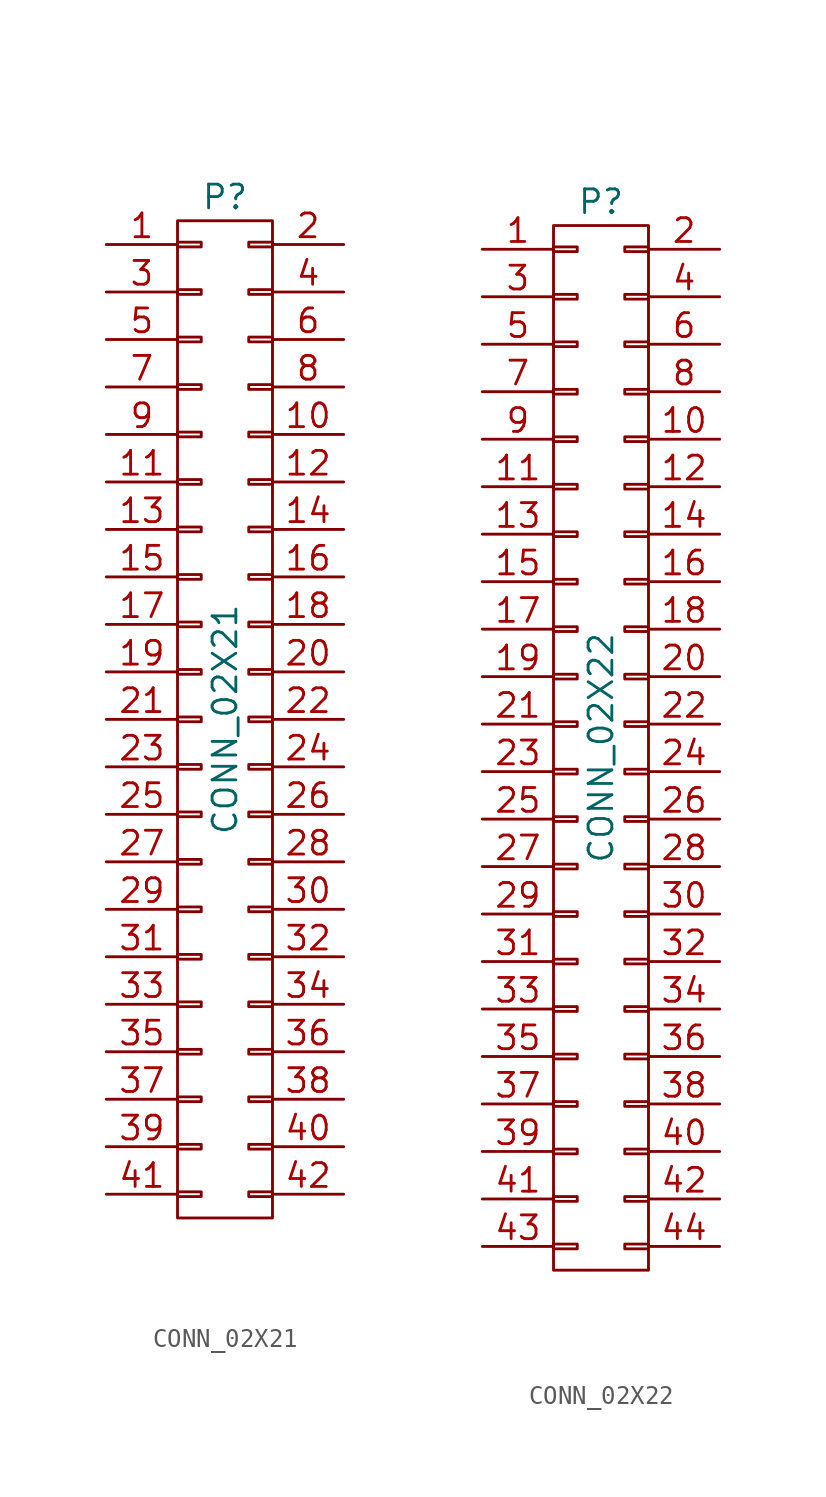
<source format=kicad_sym>
(kicad_symbol_lib
  (version 20211014)
  (generator kicad_symbol_editor)
  (symbol "CONN_02X21"
    (pin_names
      (offset 0.025) hide)
    (property "Reference" "P"
      (at 0 27.94 0)
      (effects (font (size 1.27 1.27))))
    (property "Value" "CONN_02X21"
      (at 0 0 90)
      (effects (font (size 1.27 1.27))))
    (property "Footprint" ""
      (at 0 -24.13 0)
      (effects (font (size 1.27 1.27))))
    (property "Datasheet" ""
      (at 0 -24.13 0)
      (effects (font (size 1.27 1.27))))
    (symbol "CONN_02X21_0_1"
      (rectangle (start -2.54 -25.273) (end -1.27 -25.527) (stroke (width 0) (type default) (color 0 0 0 0)) (fill (type none)))
      (rectangle (start -2.54 -22.733) (end -1.27 -22.987) (stroke (width 0) (type default) (color 0 0 0 0)) (fill (type none)))
      (rectangle (start -2.54 -20.193) (end -1.27 -20.447) (stroke (width 0) (type default) (color 0 0 0 0)) (fill (type none)))
      (rectangle (start -2.54 -17.653) (end -1.27 -17.907) (stroke (width 0) (type default) (color 0 0 0 0)) (fill (type none)))
      (rectangle (start -2.54 -15.113) (end -1.27 -15.367) (stroke (width 0) (type default) (color 0 0 0 0)) (fill (type none)))
      (rectangle (start -2.54 -12.573) (end -1.27 -12.827) (stroke (width 0) (type default) (color 0 0 0 0)) (fill (type none)))
      (rectangle (start -2.54 -10.033) (end -1.27 -10.287) (stroke (width 0) (type default) (color 0 0 0 0)) (fill (type none)))
      (rectangle (start -2.54 -7.493) (end -1.27 -7.747) (stroke (width 0) (type default) (color 0 0 0 0)) (fill (type none)))
      (rectangle (start -2.54 -4.953) (end -1.27 -5.207) (stroke (width 0) (type default) (color 0 0 0 0)) (fill (type none)))
      (rectangle (start -2.54 -2.413) (end -1.27 -2.667) (stroke (width 0) (type default) (color 0 0 0 0)) (fill (type none)))
      (rectangle (start -2.54 0.127) (end -1.27 -0.127) (stroke (width 0) (type default) (color 0 0 0 0)) (fill (type none)))
      (rectangle (start -2.54 2.667) (end -1.27 2.413) (stroke (width 0) (type default) (color 0 0 0 0)) (fill (type none)))
      (rectangle (start -2.54 5.207) (end -1.27 4.953) (stroke (width 0) (type default) (color 0 0 0 0)) (fill (type none)))
      (rectangle (start -2.54 7.747) (end -1.27 7.493) (stroke (width 0) (type default) (color 0 0 0 0)) (fill (type none)))
      (rectangle (start -2.54 10.287) (end -1.27 10.033) (stroke (width 0) (type default) (color 0 0 0 0)) (fill (type none)))
      (rectangle (start -2.54 12.827) (end -1.27 12.573) (stroke (width 0) (type default) (color 0 0 0 0)) (fill (type none)))
      (rectangle (start -2.54 15.367) (end -1.27 15.113) (stroke (width 0) (type default) (color 0 0 0 0)) (fill (type none)))
      (rectangle (start -2.54 17.907) (end -1.27 17.653) (stroke (width 0) (type default) (color 0 0 0 0)) (fill (type none)))
      (rectangle (start -2.54 20.447) (end -1.27 20.193) (stroke (width 0) (type default) (color 0 0 0 0)) (fill (type none)))
      (rectangle (start -2.54 22.987) (end -1.27 22.733) (stroke (width 0) (type default) (color 0 0 0 0)) (fill (type none)))
      (rectangle (start -2.54 25.527) (end -1.27 25.273) (stroke (width 0) (type default) (color 0 0 0 0)) (fill (type none)))
      (rectangle (start -2.54 26.67) (end 2.54 -26.67) (stroke (width 0) (type default) (color 0 0 0 0)) (fill (type none)))
      (rectangle (start 1.27 -25.273) (end 2.54 -25.527) (stroke (width 0) (type default) (color 0 0 0 0)) (fill (type none)))
      (rectangle (start 1.27 -22.733) (end 2.54 -22.987) (stroke (width 0) (type default) (color 0 0 0 0)) (fill (type none)))
      (rectangle (start 1.27 -20.193) (end 2.54 -20.447) (stroke (width 0) (type default) (color 0 0 0 0)) (fill (type none)))
      (rectangle (start 1.27 -17.653) (end 2.54 -17.907) (stroke (width 0) (type default) (color 0 0 0 0)) (fill (type none)))
      (rectangle (start 1.27 -15.113) (end 2.54 -15.367) (stroke (width 0) (type default) (color 0 0 0 0)) (fill (type none)))
      (rectangle (start 1.27 -12.573) (end 2.54 -12.827) (stroke (width 0) (type default) (color 0 0 0 0)) (fill (type none)))
      (rectangle (start 1.27 -10.033) (end 2.54 -10.287) (stroke (width 0) (type default) (color 0 0 0 0)) (fill (type none)))
      (rectangle (start 1.27 -7.493) (end 2.54 -7.747) (stroke (width 0) (type default) (color 0 0 0 0)) (fill (type none)))
      (rectangle (start 1.27 -4.953) (end 2.54 -5.207) (stroke (width 0) (type default) (color 0 0 0 0)) (fill (type none)))
      (rectangle (start 1.27 -2.413) (end 2.54 -2.667) (stroke (width 0) (type default) (color 0 0 0 0)) (fill (type none)))
      (rectangle (start 1.27 0.127) (end 2.54 -0.127) (stroke (width 0) (type default) (color 0 0 0 0)) (fill (type none)))
      (rectangle (start 1.27 2.667) (end 2.54 2.413) (stroke (width 0) (type default) (color 0 0 0 0)) (fill (type none)))
      (rectangle (start 1.27 5.207) (end 2.54 4.953) (stroke (width 0) (type default) (color 0 0 0 0)) (fill (type none)))
      (rectangle (start 1.27 7.747) (end 2.54 7.493) (stroke (width 0) (type default) (color 0 0 0 0)) (fill (type none)))
      (rectangle (start 1.27 10.287) (end 2.54 10.033) (stroke (width 0) (type default) (color 0 0 0 0)) (fill (type none)))
      (rectangle (start 1.27 12.827) (end 2.54 12.573) (stroke (width 0) (type default) (color 0 0 0 0)) (fill (type none)))
      (rectangle (start 1.27 15.367) (end 2.54 15.113) (stroke (width 0) (type default) (color 0 0 0 0)) (fill (type none)))
      (rectangle (start 1.27 17.907) (end 2.54 17.653) (stroke (width 0) (type default) (color 0 0 0 0)) (fill (type none)))
      (rectangle (start 1.27 20.447) (end 2.54 20.193) (stroke (width 0) (type default) (color 0 0 0 0)) (fill (type none)))
      (rectangle (start 1.27 22.987) (end 2.54 22.733) (stroke (width 0) (type default) (color 0 0 0 0)) (fill (type none)))
      (rectangle (start 1.27 25.527) (end 2.54 25.273) (stroke (width 0) (type default) (color 0 0 0 0)) (fill (type none))))
    (symbol "CONN_02X21_1_1"
      (pin passive line (at -6.35 25.4 0) (length 3.81) (name "P1" (effects (font (size 1.27 1.27)))) (number "1" (effects (font (size 1.27 1.27)))))
      (pin passive line (at 6.35 15.24 180) (length 3.81) (name "P10" (effects (font (size 1.27 1.27)))) (number "10" (effects (font (size 1.27 1.27)))))
      (pin passive line (at -6.35 12.7 0) (length 3.81) (name "P11" (effects (font (size 1.27 1.27)))) (number "11" (effects (font (size 1.27 1.27)))))
      (pin passive line (at 6.35 12.7 180) (length 3.81) (name "P12" (effects (font (size 1.27 1.27)))) (number "12" (effects (font (size 1.27 1.27)))))
      (pin passive line (at -6.35 10.16 0) (length 3.81) (name "P13" (effects (font (size 1.27 1.27)))) (number "13" (effects (font (size 1.27 1.27)))))
      (pin passive line (at 6.35 10.16 180) (length 3.81) (name "P14" (effects (font (size 1.27 1.27)))) (number "14" (effects (font (size 1.27 1.27)))))
      (pin passive line (at -6.35 7.62 0) (length 3.81) (name "P15" (effects (font (size 1.27 1.27)))) (number "15" (effects (font (size 1.27 1.27)))))
      (pin passive line (at 6.35 7.62 180) (length 3.81) (name "P16" (effects (font (size 1.27 1.27)))) (number "16" (effects (font (size 1.27 1.27)))))
      (pin passive line (at -6.35 5.08 0) (length 3.81) (name "P17" (effects (font (size 1.27 1.27)))) (number "17" (effects (font (size 1.27 1.27)))))
      (pin passive line (at 6.35 5.08 180) (length 3.81) (name "P18" (effects (font (size 1.27 1.27)))) (number "18" (effects (font (size 1.27 1.27)))))
      (pin passive line (at -6.35 2.54 0) (length 3.81) (name "P19" (effects (font (size 1.27 1.27)))) (number "19" (effects (font (size 1.27 1.27)))))
      (pin passive line (at 6.35 25.4 180) (length 3.81) (name "P2" (effects (font (size 1.27 1.27)))) (number "2" (effects (font (size 1.27 1.27)))))
      (pin passive line (at 6.35 2.54 180) (length 3.81) (name "P20" (effects (font (size 1.27 1.27)))) (number "20" (effects (font (size 1.27 1.27)))))
      (pin passive line (at -6.35 0 0) (length 3.81) (name "P21" (effects (font (size 1.27 1.27)))) (number "21" (effects (font (size 1.27 1.27)))))
      (pin passive line (at 6.35 0 180) (length 3.81) (name "P22" (effects (font (size 1.27 1.27)))) (number "22" (effects (font (size 1.27 1.27)))))
      (pin passive line (at -6.35 -2.54 0) (length 3.81) (name "P23" (effects (font (size 1.27 1.27)))) (number "23" (effects (font (size 1.27 1.27)))))
      (pin passive line (at 6.35 -2.54 180) (length 3.81) (name "P24" (effects (font (size 1.27 1.27)))) (number "24" (effects (font (size 1.27 1.27)))))
      (pin passive line (at -6.35 -5.08 0) (length 3.81) (name "P25" (effects (font (size 1.27 1.27)))) (number "25" (effects (font (size 1.27 1.27)))))
      (pin passive line (at 6.35 -5.08 180) (length 3.81) (name "P26" (effects (font (size 1.27 1.27)))) (number "26" (effects (font (size 1.27 1.27)))))
      (pin passive line (at -6.35 -7.62 0) (length 3.81) (name "P27" (effects (font (size 1.27 1.27)))) (number "27" (effects (font (size 1.27 1.27)))))
      (pin passive line (at 6.35 -7.62 180) (length 3.81) (name "P28" (effects (font (size 1.27 1.27)))) (number "28" (effects (font (size 1.27 1.27)))))
      (pin passive line (at -6.35 -10.16 0) (length 3.81) (name "P29" (effects (font (size 1.27 1.27)))) (number "29" (effects (font (size 1.27 1.27)))))
      (pin passive line (at -6.35 22.86 0) (length 3.81) (name "P3" (effects (font (size 1.27 1.27)))) (number "3" (effects (font (size 1.27 1.27)))))
      (pin passive line (at 6.35 -10.16 180) (length 3.81) (name "P30" (effects (font (size 1.27 1.27)))) (number "30" (effects (font (size 1.27 1.27)))))
      (pin passive line (at -6.35 -12.7 0) (length 3.81) (name "P31" (effects (font (size 1.27 1.27)))) (number "31" (effects (font (size 1.27 1.27)))))
      (pin passive line (at 6.35 -12.7 180) (length 3.81) (name "P32" (effects (font (size 1.27 1.27)))) (number "32" (effects (font (size 1.27 1.27)))))
      (pin passive line (at -6.35 -15.24 0) (length 3.81) (name "P33" (effects (font (size 1.27 1.27)))) (number "33" (effects (font (size 1.27 1.27)))))
      (pin passive line (at 6.35 -15.24 180) (length 3.81) (name "P34" (effects (font (size 1.27 1.27)))) (number "34" (effects (font (size 1.27 1.27)))))
      (pin passive line (at -6.35 -17.78 0) (length 3.81) (name "P35" (effects (font (size 1.27 1.27)))) (number "35" (effects (font (size 1.27 1.27)))))
      (pin passive line (at 6.35 -17.78 180) (length 3.81) (name "P36" (effects (font (size 1.27 1.27)))) (number "36" (effects (font (size 1.27 1.27)))))
      (pin passive line (at -6.35 -20.32 0) (length 3.81) (name "P37" (effects (font (size 1.27 1.27)))) (number "37" (effects (font (size 1.27 1.27)))))
      (pin passive line (at 6.35 -20.32 180) (length 3.81) (name "P38" (effects (font (size 1.27 1.27)))) (number "38" (effects (font (size 1.27 1.27)))))
      (pin passive line (at -6.35 -22.86 0) (length 3.81) (name "P39" (effects (font (size 1.27 1.27)))) (number "39" (effects (font (size 1.27 1.27)))))
      (pin passive line (at 6.35 22.86 180) (length 3.81) (name "P4" (effects (font (size 1.27 1.27)))) (number "4" (effects (font (size 1.27 1.27)))))
      (pin passive line (at 6.35 -22.86 180) (length 3.81) (name "P40" (effects (font (size 1.27 1.27)))) (number "40" (effects (font (size 1.27 1.27)))))
      (pin passive line (at -6.35 -25.4 0) (length 3.81) (name "P41" (effects (font (size 1.27 1.27)))) (number "41" (effects (font (size 1.27 1.27)))))
      (pin passive line (at 6.35 -25.4 180) (length 3.81) (name "P42" (effects (font (size 1.27 1.27)))) (number "42" (effects (font (size 1.27 1.27)))))
      (pin passive line (at -6.35 20.32 0) (length 3.81) (name "P5" (effects (font (size 1.27 1.27)))) (number "5" (effects (font (size 1.27 1.27)))))
      (pin passive line (at 6.35 20.32 180) (length 3.81) (name "P6" (effects (font (size 1.27 1.27)))) (number "6" (effects (font (size 1.27 1.27)))))
      (pin passive line (at -6.35 17.78 0) (length 3.81) (name "P7" (effects (font (size 1.27 1.27)))) (number "7" (effects (font (size 1.27 1.27)))))
      (pin passive line (at 6.35 17.78 180) (length 3.81) (name "P8" (effects (font (size 1.27 1.27)))) (number "8" (effects (font (size 1.27 1.27)))))
      (pin passive line (at -6.35 15.24 0) (length 3.81) (name "P9" (effects (font (size 1.27 1.27)))) (number "9" (effects (font (size 1.27 1.27)))))))
  (symbol "CONN_02X22"
    (pin_names
      (offset 0.025) hide)
    (property "Reference" "P"
      (at 0 29.21 0)
      (effects (font (size 1.27 1.27))))
    (property "Value" "CONN_02X22"
      (at 0 0 90)
      (effects (font (size 1.27 1.27))))
    (property "Footprint" ""
      (at 0 -22.86 0)
      (effects (font (size 1.27 1.27))))
    (property "Datasheet" ""
      (at 0 -22.86 0)
      (effects (font (size 1.27 1.27))))
    (symbol "CONN_02X22_0_1"
      (rectangle (start -2.54 -26.543) (end -1.27 -26.797) (stroke (width 0) (type default) (color 0 0 0 0)) (fill (type none)))
      (rectangle (start -2.54 -24.003) (end -1.27 -24.257) (stroke (width 0) (type default) (color 0 0 0 0)) (fill (type none)))
      (rectangle (start -2.54 -21.463) (end -1.27 -21.717) (stroke (width 0) (type default) (color 0 0 0 0)) (fill (type none)))
      (rectangle (start -2.54 -18.923) (end -1.27 -19.177) (stroke (width 0) (type default) (color 0 0 0 0)) (fill (type none)))
      (rectangle (start -2.54 -16.383) (end -1.27 -16.637) (stroke (width 0) (type default) (color 0 0 0 0)) (fill (type none)))
      (rectangle (start -2.54 -13.843) (end -1.27 -14.097) (stroke (width 0) (type default) (color 0 0 0 0)) (fill (type none)))
      (rectangle (start -2.54 -11.303) (end -1.27 -11.557) (stroke (width 0) (type default) (color 0 0 0 0)) (fill (type none)))
      (rectangle (start -2.54 -8.763) (end -1.27 -9.017) (stroke (width 0) (type default) (color 0 0 0 0)) (fill (type none)))
      (rectangle (start -2.54 -6.223) (end -1.27 -6.477) (stroke (width 0) (type default) (color 0 0 0 0)) (fill (type none)))
      (rectangle (start -2.54 -3.683) (end -1.27 -3.937) (stroke (width 0) (type default) (color 0 0 0 0)) (fill (type none)))
      (rectangle (start -2.54 -1.143) (end -1.27 -1.397) (stroke (width 0) (type default) (color 0 0 0 0)) (fill (type none)))
      (rectangle (start -2.54 1.397) (end -1.27 1.143) (stroke (width 0) (type default) (color 0 0 0 0)) (fill (type none)))
      (rectangle (start -2.54 3.937) (end -1.27 3.683) (stroke (width 0) (type default) (color 0 0 0 0)) (fill (type none)))
      (rectangle (start -2.54 6.477) (end -1.27 6.223) (stroke (width 0) (type default) (color 0 0 0 0)) (fill (type none)))
      (rectangle (start -2.54 9.017) (end -1.27 8.763) (stroke (width 0) (type default) (color 0 0 0 0)) (fill (type none)))
      (rectangle (start -2.54 11.557) (end -1.27 11.303) (stroke (width 0) (type default) (color 0 0 0 0)) (fill (type none)))
      (rectangle (start -2.54 14.097) (end -1.27 13.843) (stroke (width 0) (type default) (color 0 0 0 0)) (fill (type none)))
      (rectangle (start -2.54 16.637) (end -1.27 16.383) (stroke (width 0) (type default) (color 0 0 0 0)) (fill (type none)))
      (rectangle (start -2.54 19.177) (end -1.27 18.923) (stroke (width 0) (type default) (color 0 0 0 0)) (fill (type none)))
      (rectangle (start -2.54 21.717) (end -1.27 21.463) (stroke (width 0) (type default) (color 0 0 0 0)) (fill (type none)))
      (rectangle (start -2.54 24.257) (end -1.27 24.003) (stroke (width 0) (type default) (color 0 0 0 0)) (fill (type none)))
      (rectangle (start -2.54 26.797) (end -1.27 26.543) (stroke (width 0) (type default) (color 0 0 0 0)) (fill (type none)))
      (rectangle (start -2.54 27.94) (end 2.54 -27.94) (stroke (width 0) (type default) (color 0 0 0 0)) (fill (type none)))
      (rectangle (start 1.27 -26.543) (end 2.54 -26.797) (stroke (width 0) (type default) (color 0 0 0 0)) (fill (type none)))
      (rectangle (start 1.27 -24.003) (end 2.54 -24.257) (stroke (width 0) (type default) (color 0 0 0 0)) (fill (type none)))
      (rectangle (start 1.27 -21.463) (end 2.54 -21.717) (stroke (width 0) (type default) (color 0 0 0 0)) (fill (type none)))
      (rectangle (start 1.27 -18.923) (end 2.54 -19.177) (stroke (width 0) (type default) (color 0 0 0 0)) (fill (type none)))
      (rectangle (start 1.27 -16.383) (end 2.54 -16.637) (stroke (width 0) (type default) (color 0 0 0 0)) (fill (type none)))
      (rectangle (start 1.27 -13.843) (end 2.54 -14.097) (stroke (width 0) (type default) (color 0 0 0 0)) (fill (type none)))
      (rectangle (start 1.27 -11.303) (end 2.54 -11.557) (stroke (width 0) (type default) (color 0 0 0 0)) (fill (type none)))
      (rectangle (start 1.27 -8.763) (end 2.54 -9.017) (stroke (width 0) (type default) (color 0 0 0 0)) (fill (type none)))
      (rectangle (start 1.27 -6.223) (end 2.54 -6.477) (stroke (width 0) (type default) (color 0 0 0 0)) (fill (type none)))
      (rectangle (start 1.27 -3.683) (end 2.54 -3.937) (stroke (width 0) (type default) (color 0 0 0 0)) (fill (type none)))
      (rectangle (start 1.27 -1.143) (end 2.54 -1.397) (stroke (width 0) (type default) (color 0 0 0 0)) (fill (type none)))
      (rectangle (start 1.27 1.397) (end 2.54 1.143) (stroke (width 0) (type default) (color 0 0 0 0)) (fill (type none)))
      (rectangle (start 1.27 3.937) (end 2.54 3.683) (stroke (width 0) (type default) (color 0 0 0 0)) (fill (type none)))
      (rectangle (start 1.27 6.477) (end 2.54 6.223) (stroke (width 0) (type default) (color 0 0 0 0)) (fill (type none)))
      (rectangle (start 1.27 9.017) (end 2.54 8.763) (stroke (width 0) (type default) (color 0 0 0 0)) (fill (type none)))
      (rectangle (start 1.27 11.557) (end 2.54 11.303) (stroke (width 0) (type default) (color 0 0 0 0)) (fill (type none)))
      (rectangle (start 1.27 14.097) (end 2.54 13.843) (stroke (width 0) (type default) (color 0 0 0 0)) (fill (type none)))
      (rectangle (start 1.27 16.637) (end 2.54 16.383) (stroke (width 0) (type default) (color 0 0 0 0)) (fill (type none)))
      (rectangle (start 1.27 19.177) (end 2.54 18.923) (stroke (width 0) (type default) (color 0 0 0 0)) (fill (type none)))
      (rectangle (start 1.27 21.717) (end 2.54 21.463) (stroke (width 0) (type default) (color 0 0 0 0)) (fill (type none)))
      (rectangle (start 1.27 24.257) (end 2.54 24.003) (stroke (width 0) (type default) (color 0 0 0 0)) (fill (type none)))
      (rectangle (start 1.27 26.797) (end 2.54 26.543) (stroke (width 0) (type default) (color 0 0 0 0)) (fill (type none))))
    (symbol "CONN_02X22_1_1"
      (pin passive line (at -6.35 26.67 0) (length 3.81) (name "P1" (effects (font (size 1.27 1.27)))) (number "1" (effects (font (size 1.27 1.27)))))
      (pin passive line (at 6.35 16.51 180) (length 3.81) (name "P10" (effects (font (size 1.27 1.27)))) (number "10" (effects (font (size 1.27 1.27)))))
      (pin passive line (at -6.35 13.97 0) (length 3.81) (name "P11" (effects (font (size 1.27 1.27)))) (number "11" (effects (font (size 1.27 1.27)))))
      (pin passive line (at 6.35 13.97 180) (length 3.81) (name "P12" (effects (font (size 1.27 1.27)))) (number "12" (effects (font (size 1.27 1.27)))))
      (pin passive line (at -6.35 11.43 0) (length 3.81) (name "P13" (effects (font (size 1.27 1.27)))) (number "13" (effects (font (size 1.27 1.27)))))
      (pin passive line (at 6.35 11.43 180) (length 3.81) (name "P14" (effects (font (size 1.27 1.27)))) (number "14" (effects (font (size 1.27 1.27)))))
      (pin passive line (at -6.35 8.89 0) (length 3.81) (name "P15" (effects (font (size 1.27 1.27)))) (number "15" (effects (font (size 1.27 1.27)))))
      (pin passive line (at 6.35 8.89 180) (length 3.81) (name "P16" (effects (font (size 1.27 1.27)))) (number "16" (effects (font (size 1.27 1.27)))))
      (pin passive line (at -6.35 6.35 0) (length 3.81) (name "P17" (effects (font (size 1.27 1.27)))) (number "17" (effects (font (size 1.27 1.27)))))
      (pin passive line (at 6.35 6.35 180) (length 3.81) (name "P18" (effects (font (size 1.27 1.27)))) (number "18" (effects (font (size 1.27 1.27)))))
      (pin passive line (at -6.35 3.81 0) (length 3.81) (name "P19" (effects (font (size 1.27 1.27)))) (number "19" (effects (font (size 1.27 1.27)))))
      (pin passive line (at 6.35 26.67 180) (length 3.81) (name "P2" (effects (font (size 1.27 1.27)))) (number "2" (effects (font (size 1.27 1.27)))))
      (pin passive line (at 6.35 3.81 180) (length 3.81) (name "P20" (effects (font (size 1.27 1.27)))) (number "20" (effects (font (size 1.27 1.27)))))
      (pin passive line (at -6.35 1.27 0) (length 3.81) (name "P21" (effects (font (size 1.27 1.27)))) (number "21" (effects (font (size 1.27 1.27)))))
      (pin passive line (at 6.35 1.27 180) (length 3.81) (name "P22" (effects (font (size 1.27 1.27)))) (number "22" (effects (font (size 1.27 1.27)))))
      (pin passive line (at -6.35 -1.27 0) (length 3.81) (name "P23" (effects (font (size 1.27 1.27)))) (number "23" (effects (font (size 1.27 1.27)))))
      (pin passive line (at 6.35 -1.27 180) (length 3.81) (name "P24" (effects (font (size 1.27 1.27)))) (number "24" (effects (font (size 1.27 1.27)))))
      (pin passive line (at -6.35 -3.81 0) (length 3.81) (name "P25" (effects (font (size 1.27 1.27)))) (number "25" (effects (font (size 1.27 1.27)))))
      (pin passive line (at 6.35 -3.81 180) (length 3.81) (name "P26" (effects (font (size 1.27 1.27)))) (number "26" (effects (font (size 1.27 1.27)))))
      (pin passive line (at -6.35 -6.35 0) (length 3.81) (name "P27" (effects (font (size 1.27 1.27)))) (number "27" (effects (font (size 1.27 1.27)))))
      (pin passive line (at 6.35 -6.35 180) (length 3.81) (name "P28" (effects (font (size 1.27 1.27)))) (number "28" (effects (font (size 1.27 1.27)))))
      (pin passive line (at -6.35 -8.89 0) (length 3.81) (name "P29" (effects (font (size 1.27 1.27)))) (number "29" (effects (font (size 1.27 1.27)))))
      (pin passive line (at -6.35 24.13 0) (length 3.81) (name "P3" (effects (font (size 1.27 1.27)))) (number "3" (effects (font (size 1.27 1.27)))))
      (pin passive line (at 6.35 -8.89 180) (length 3.81) (name "P30" (effects (font (size 1.27 1.27)))) (number "30" (effects (font (size 1.27 1.27)))))
      (pin passive line (at -6.35 -11.43 0) (length 3.81) (name "P31" (effects (font (size 1.27 1.27)))) (number "31" (effects (font (size 1.27 1.27)))))
      (pin passive line (at 6.35 -11.43 180) (length 3.81) (name "P32" (effects (font (size 1.27 1.27)))) (number "32" (effects (font (size 1.27 1.27)))))
      (pin passive line (at -6.35 -13.97 0) (length 3.81) (name "P33" (effects (font (size 1.27 1.27)))) (number "33" (effects (font (size 1.27 1.27)))))
      (pin passive line (at 6.35 -13.97 180) (length 3.81) (name "P34" (effects (font (size 1.27 1.27)))) (number "34" (effects (font (size 1.27 1.27)))))
      (pin passive line (at -6.35 -16.51 0) (length 3.81) (name "P35" (effects (font (size 1.27 1.27)))) (number "35" (effects (font (size 1.27 1.27)))))
      (pin passive line (at 6.35 -16.51 180) (length 3.81) (name "P36" (effects (font (size 1.27 1.27)))) (number "36" (effects (font (size 1.27 1.27)))))
      (pin passive line (at -6.35 -19.05 0) (length 3.81) (name "P37" (effects (font (size 1.27 1.27)))) (number "37" (effects (font (size 1.27 1.27)))))
      (pin passive line (at 6.35 -19.05 180) (length 3.81) (name "P38" (effects (font (size 1.27 1.27)))) (number "38" (effects (font (size 1.27 1.27)))))
      (pin passive line (at -6.35 -21.59 0) (length 3.81) (name "P39" (effects (font (size 1.27 1.27)))) (number "39" (effects (font (size 1.27 1.27)))))
      (pin passive line (at 6.35 24.13 180) (length 3.81) (name "P4" (effects (font (size 1.27 1.27)))) (number "4" (effects (font (size 1.27 1.27)))))
      (pin passive line (at 6.35 -21.59 180) (length 3.81) (name "P40" (effects (font (size 1.27 1.27)))) (number "40" (effects (font (size 1.27 1.27)))))
      (pin passive line (at -6.35 -24.13 0) (length 3.81) (name "P41" (effects (font (size 1.27 1.27)))) (number "41" (effects (font (size 1.27 1.27)))))
      (pin passive line (at 6.35 -24.13 180) (length 3.81) (name "P42" (effects (font (size 1.27 1.27)))) (number "42" (effects (font (size 1.27 1.27)))))
      (pin passive line (at -6.35 -26.67 0) (length 3.81) (name "P43" (effects (font (size 1.27 1.27)))) (number "43" (effects (font (size 1.27 1.27)))))
      (pin passive line (at 6.35 -26.67 180) (length 3.81) (name "P44" (effects (font (size 1.27 1.27)))) (number "44" (effects (font (size 1.27 1.27)))))
      (pin passive line (at -6.35 21.59 0) (length 3.81) (name "P5" (effects (font (size 1.27 1.27)))) (number "5" (effects (font (size 1.27 1.27)))))
      (pin passive line (at 6.35 21.59 180) (length 3.81) (name "P6" (effects (font (size 1.27 1.27)))) (number "6" (effects (font (size 1.27 1.27)))))
      (pin passive line (at -6.35 19.05 0) (length 3.81) (name "P7" (effects (font (size 1.27 1.27)))) (number "7" (effects (font (size 1.27 1.27)))))
      (pin passive line (at 6.35 19.05 180) (length 3.81) (name "P8" (effects (font (size 1.27 1.27)))) (number "8" (effects (font (size 1.27 1.27)))))
      (pin passive line (at -6.35 16.51 0) (length 3.81) (name "P9" (effects (font (size 1.27 1.27)))) (number "9" (effects (font (size 1.27 1.27))))))))
</source>
